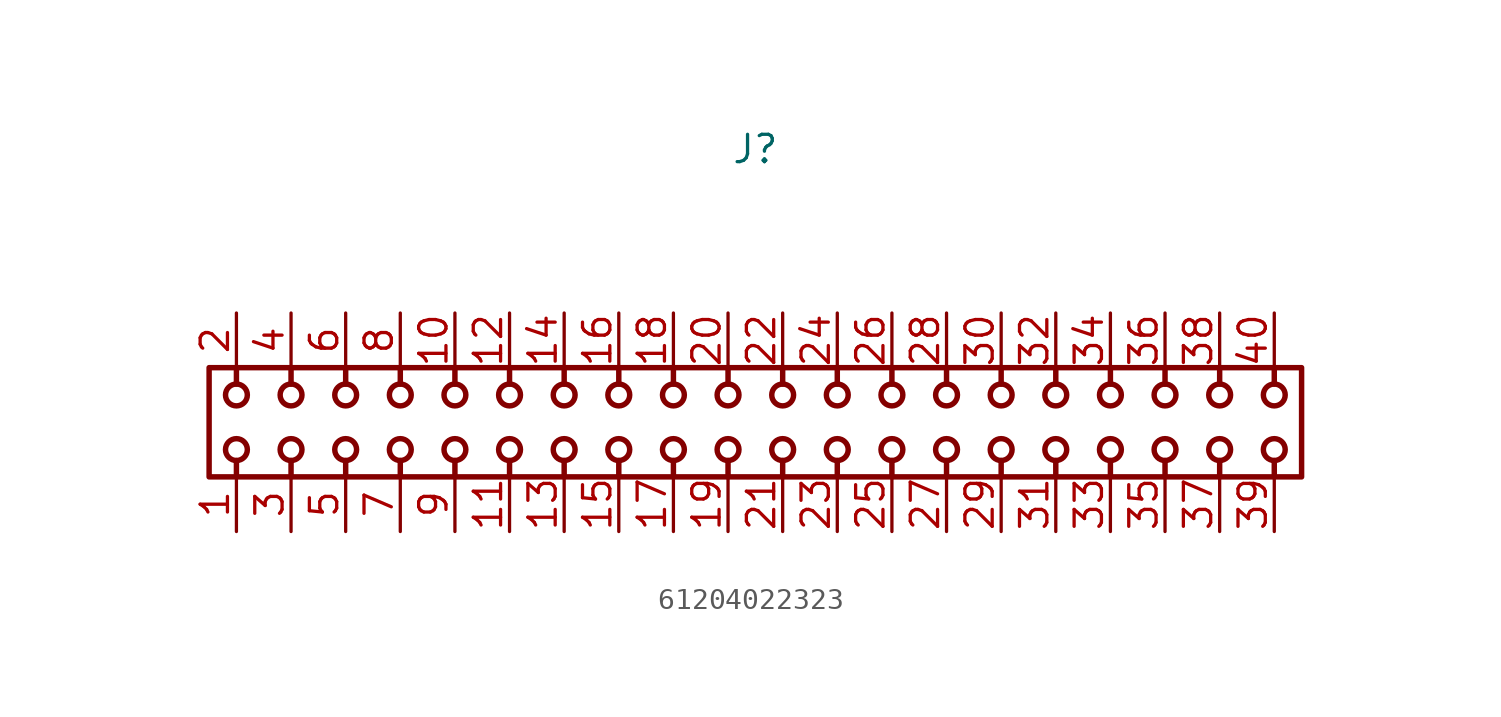
<source format=kicad_sym>
(kicad_symbol_lib
  (version 20241209)
  (generator "kicad_symbol_editor")
  (generator_version "9.0")
  (symbol "61204022323"
    (pin_names
      (hide yes))
    (property "Reference" "J"
      (at 0 12.7 0)
      (effects (font (size 1.27 1.27))))
    (symbol "61204022323_1_1"
      (rectangle (start -25.4 2.54) (end 25.4 -2.54) (stroke (width 0.254) (type solid)) (fill (type none)))
      (polyline (pts (xy -24.13 1.778) (xy -24.13 2.54)) (stroke (width 0.254) (type solid)) (fill (type none)))
      (circle (center -24.13 1.27) (radius 0.508) (stroke (width 0.254) (type solid)) (fill (type none)))
      (circle (center -24.13 -1.27) (radius 0.508) (stroke (width 0.254) (type solid)) (fill (type none)))
      (polyline (pts (xy -24.13 -1.778) (xy -24.13 -2.54)) (stroke (width 0.254) (type solid)) (fill (type none)))
      (polyline (pts (xy -21.59 1.778) (xy -21.59 2.54)) (stroke (width 0.254) (type solid)) (fill (type none)))
      (circle (center -21.59 1.27) (radius 0.508) (stroke (width 0.254) (type solid)) (fill (type none)))
      (circle (center -21.59 -1.27) (radius 0.508) (stroke (width 0.254) (type solid)) (fill (type none)))
      (polyline (pts (xy -21.59 -1.778) (xy -21.59 -2.54)) (stroke (width 0.254) (type solid)) (fill (type none)))
      (polyline (pts (xy -19.05 1.778) (xy -19.05 2.54)) (stroke (width 0.254) (type solid)) (fill (type none)))
      (circle (center -19.05 1.27) (radius 0.508) (stroke (width 0.254) (type solid)) (fill (type none)))
      (circle (center -19.05 -1.27) (radius 0.508) (stroke (width 0.254) (type solid)) (fill (type none)))
      (polyline (pts (xy -19.05 -1.778) (xy -19.05 -2.54)) (stroke (width 0.254) (type solid)) (fill (type none)))
      (polyline (pts (xy -16.51 1.778) (xy -16.51 2.54)) (stroke (width 0.254) (type solid)) (fill (type none)))
      (circle (center -16.51 1.27) (radius 0.508) (stroke (width 0.254) (type solid)) (fill (type none)))
      (circle (center -16.51 -1.27) (radius 0.508) (stroke (width 0.254) (type solid)) (fill (type none)))
      (polyline (pts (xy -16.51 -1.778) (xy -16.51 -2.54)) (stroke (width 0.254) (type solid)) (fill (type none)))
      (polyline (pts (xy -13.97 1.778) (xy -13.97 2.54)) (stroke (width 0.254) (type solid)) (fill (type none)))
      (circle (center -13.97 1.27) (radius 0.508) (stroke (width 0.254) (type solid)) (fill (type none)))
      (circle (center -13.97 -1.27) (radius 0.508) (stroke (width 0.254) (type solid)) (fill (type none)))
      (polyline (pts (xy -13.97 -1.778) (xy -13.97 -2.54)) (stroke (width 0.254) (type solid)) (fill (type none)))
      (polyline (pts (xy -11.43 1.778) (xy -11.43 2.54)) (stroke (width 0.254) (type solid)) (fill (type none)))
      (circle (center -11.43 1.27) (radius 0.508) (stroke (width 0.254) (type solid)) (fill (type none)))
      (circle (center -11.43 -1.27) (radius 0.508) (stroke (width 0.254) (type solid)) (fill (type none)))
      (polyline (pts (xy -11.43 -1.778) (xy -11.43 -2.54)) (stroke (width 0.254) (type solid)) (fill (type none)))
      (polyline (pts (xy -8.89 1.778) (xy -8.89 2.54)) (stroke (width 0.254) (type solid)) (fill (type none)))
      (circle (center -8.89 1.27) (radius 0.508) (stroke (width 0.254) (type solid)) (fill (type none)))
      (circle (center -8.89 -1.27) (radius 0.508) (stroke (width 0.254) (type solid)) (fill (type none)))
      (polyline (pts (xy -8.89 -1.778) (xy -8.89 -2.54)) (stroke (width 0.254) (type solid)) (fill (type none)))
      (polyline (pts (xy -6.35 1.778) (xy -6.35 2.54)) (stroke (width 0.254) (type solid)) (fill (type none)))
      (circle (center -6.35 1.27) (radius 0.508) (stroke (width 0.254) (type solid)) (fill (type none)))
      (circle (center -6.35 -1.27) (radius 0.508) (stroke (width 0.254) (type solid)) (fill (type none)))
      (polyline (pts (xy -6.35 -1.778) (xy -6.35 -2.54)) (stroke (width 0.254) (type solid)) (fill (type none)))
      (polyline (pts (xy -3.81 1.778) (xy -3.81 2.54)) (stroke (width 0.254) (type solid)) (fill (type none)))
      (circle (center -3.81 1.27) (radius 0.508) (stroke (width 0.254) (type solid)) (fill (type none)))
      (circle (center -3.81 -1.27) (radius 0.508) (stroke (width 0.254) (type solid)) (fill (type none)))
      (polyline (pts (xy -3.81 -1.778) (xy -3.81 -2.54)) (stroke (width 0.254) (type solid)) (fill (type none)))
      (polyline (pts (xy -1.27 1.778) (xy -1.27 2.54)) (stroke (width 0.254) (type solid)) (fill (type none)))
      (circle (center -1.27 1.27) (radius 0.508) (stroke (width 0.254) (type solid)) (fill (type none)))
      (circle (center -1.27 -1.27) (radius 0.508) (stroke (width 0.254) (type solid)) (fill (type none)))
      (polyline (pts (xy -1.27 -1.778) (xy -1.27 -2.54)) (stroke (width 0.254) (type solid)) (fill (type none)))
      (polyline (pts (xy 1.27 1.778) (xy 1.27 2.54)) (stroke (width 0.254) (type solid)) (fill (type none)))
      (circle (center 1.27 1.27) (radius 0.508) (stroke (width 0.254) (type solid)) (fill (type none)))
      (circle (center 1.27 -1.27) (radius 0.508) (stroke (width 0.254) (type solid)) (fill (type none)))
      (polyline (pts (xy 1.27 -1.778) (xy 1.27 -2.54)) (stroke (width 0.254) (type solid)) (fill (type none)))
      (polyline (pts (xy 3.81 1.778) (xy 3.81 2.54)) (stroke (width 0.254) (type solid)) (fill (type none)))
      (circle (center 3.81 1.27) (radius 0.508) (stroke (width 0.254) (type solid)) (fill (type none)))
      (circle (center 3.81 -1.27) (radius 0.508) (stroke (width 0.254) (type solid)) (fill (type none)))
      (polyline (pts (xy 3.81 -1.778) (xy 3.81 -2.54)) (stroke (width 0.254) (type solid)) (fill (type none)))
      (polyline (pts (xy 6.35 1.778) (xy 6.35 2.54)) (stroke (width 0.254) (type solid)) (fill (type none)))
      (circle (center 6.35 1.27) (radius 0.508) (stroke (width 0.254) (type solid)) (fill (type none)))
      (circle (center 6.35 -1.27) (radius 0.508) (stroke (width 0.254) (type solid)) (fill (type none)))
      (polyline (pts (xy 6.35 -1.778) (xy 6.35 -2.54)) (stroke (width 0.254) (type solid)) (fill (type none)))
      (polyline (pts (xy 8.89 1.778) (xy 8.89 2.54)) (stroke (width 0.254) (type solid)) (fill (type none)))
      (circle (center 8.89 1.27) (radius 0.508) (stroke (width 0.254) (type solid)) (fill (type none)))
      (circle (center 8.89 -1.27) (radius 0.508) (stroke (width 0.254) (type solid)) (fill (type none)))
      (polyline (pts (xy 8.89 -1.778) (xy 8.89 -2.54)) (stroke (width 0.254) (type solid)) (fill (type none)))
      (polyline (pts (xy 11.43 1.778) (xy 11.43 2.54)) (stroke (width 0.254) (type solid)) (fill (type none)))
      (circle (center 11.43 1.27) (radius 0.508) (stroke (width 0.254) (type solid)) (fill (type none)))
      (circle (center 11.43 -1.27) (radius 0.508) (stroke (width 0.254) (type solid)) (fill (type none)))
      (polyline (pts (xy 11.43 -1.778) (xy 11.43 -2.54)) (stroke (width 0.254) (type solid)) (fill (type none)))
      (polyline (pts (xy 13.97 1.778) (xy 13.97 2.54)) (stroke (width 0.254) (type solid)) (fill (type none)))
      (circle (center 13.97 1.27) (radius 0.508) (stroke (width 0.254) (type solid)) (fill (type none)))
      (circle (center 13.97 -1.27) (radius 0.508) (stroke (width 0.254) (type solid)) (fill (type none)))
      (polyline (pts (xy 13.97 -1.778) (xy 13.97 -2.54)) (stroke (width 0.254) (type solid)) (fill (type none)))
      (polyline (pts (xy 16.51 1.778) (xy 16.51 2.54)) (stroke (width 0.254) (type solid)) (fill (type none)))
      (circle (center 16.51 1.27) (radius 0.508) (stroke (width 0.254) (type solid)) (fill (type none)))
      (circle (center 16.51 -1.27) (radius 0.508) (stroke (width 0.254) (type solid)) (fill (type none)))
      (polyline (pts (xy 16.51 -1.778) (xy 16.51 -2.54)) (stroke (width 0.254) (type solid)) (fill (type none)))
      (polyline (pts (xy 19.05 1.778) (xy 19.05 2.54)) (stroke (width 0.254) (type solid)) (fill (type none)))
      (circle (center 19.05 1.27) (radius 0.508) (stroke (width 0.254) (type solid)) (fill (type none)))
      (circle (center 19.05 -1.27) (radius 0.508) (stroke (width 0.254) (type solid)) (fill (type none)))
      (polyline (pts (xy 19.05 -1.778) (xy 19.05 -2.54)) (stroke (width 0.254) (type solid)) (fill (type none)))
      (polyline (pts (xy 21.59 1.778) (xy 21.59 2.54)) (stroke (width 0.254) (type solid)) (fill (type none)))
      (circle (center 21.59 1.27) (radius 0.508) (stroke (width 0.254) (type solid)) (fill (type none)))
      (circle (center 21.59 -1.27) (radius 0.508) (stroke (width 0.254) (type solid)) (fill (type none)))
      (polyline (pts (xy 21.59 -1.778) (xy 21.59 -2.54)) (stroke (width 0.254) (type solid)) (fill (type none)))
      (polyline (pts (xy 24.13 1.778) (xy 24.13 2.54)) (stroke (width 0.254) (type solid)) (fill (type none)))
      (circle (center 24.13 1.27) (radius 0.508) (stroke (width 0.254) (type solid)) (fill (type none)))
      (circle (center 24.13 -1.27) (radius 0.508) (stroke (width 0.254) (type solid)) (fill (type none)))
      (polyline (pts (xy 24.13 -1.778) (xy 24.13 -2.54)) (stroke (width 0.254) (type solid)) (fill (type none)))
      (pin passive line (at -24.13 5.08 270) (length 2.54) (name "2" (effects (font (size 1.27 1.27)))) (number "2" (effects (font (size 1.27 1.27)))))
      (pin passive line (at -24.13 -5.08 90) (length 2.54) (name "1" (effects (font (size 1.27 1.27)))) (number "1" (effects (font (size 1.27 1.27)))))
      (pin passive line (at -21.59 5.08 270) (length 2.54) (name "4" (effects (font (size 1.27 1.27)))) (number "4" (effects (font (size 1.27 1.27)))))
      (pin passive line (at -21.59 -5.08 90) (length 2.54) (name "3" (effects (font (size 1.27 1.27)))) (number "3" (effects (font (size 1.27 1.27)))))
      (pin passive line (at -19.05 5.08 270) (length 2.54) (name "6" (effects (font (size 1.27 1.27)))) (number "6" (effects (font (size 1.27 1.27)))))
      (pin passive line (at -19.05 -5.08 90) (length 2.54) (name "5" (effects (font (size 1.27 1.27)))) (number "5" (effects (font (size 1.27 1.27)))))
      (pin passive line (at -16.51 5.08 270) (length 2.54) (name "8" (effects (font (size 1.27 1.27)))) (number "8" (effects (font (size 1.27 1.27)))))
      (pin passive line (at -16.51 -5.08 90) (length 2.54) (name "7" (effects (font (size 1.27 1.27)))) (number "7" (effects (font (size 1.27 1.27)))))
      (pin passive line (at -13.97 5.08 270) (length 2.54) (name "10" (effects (font (size 1.27 1.27)))) (number "10" (effects (font (size 1.27 1.27)))))
      (pin passive line (at -13.97 -5.08 90) (length 2.54) (name "9" (effects (font (size 1.27 1.27)))) (number "9" (effects (font (size 1.27 1.27)))))
      (pin passive line (at -11.43 5.08 270) (length 2.54) (name "12" (effects (font (size 1.27 1.27)))) (number "12" (effects (font (size 1.27 1.27)))))
      (pin passive line (at -11.43 -5.08 90) (length 2.54) (name "11" (effects (font (size 1.27 1.27)))) (number "11" (effects (font (size 1.27 1.27)))))
      (pin passive line (at -8.89 5.08 270) (length 2.54) (name "14" (effects (font (size 1.27 1.27)))) (number "14" (effects (font (size 1.27 1.27)))))
      (pin passive line (at -8.89 -5.08 90) (length 2.54) (name "13" (effects (font (size 1.27 1.27)))) (number "13" (effects (font (size 1.27 1.27)))))
      (pin passive line (at -6.35 5.08 270) (length 2.54) (name "16" (effects (font (size 1.27 1.27)))) (number "16" (effects (font (size 1.27 1.27)))))
      (pin passive line (at -6.35 -5.08 90) (length 2.54) (name "15" (effects (font (size 1.27 1.27)))) (number "15" (effects (font (size 1.27 1.27)))))
      (pin passive line (at -3.81 5.08 270) (length 2.54) (name "18" (effects (font (size 1.27 1.27)))) (number "18" (effects (font (size 1.27 1.27)))))
      (pin passive line (at -3.81 -5.08 90) (length 2.54) (name "17" (effects (font (size 1.27 1.27)))) (number "17" (effects (font (size 1.27 1.27)))))
      (pin passive line (at -1.27 5.08 270) (length 2.54) (name "20" (effects (font (size 1.27 1.27)))) (number "20" (effects (font (size 1.27 1.27)))))
      (pin passive line (at -1.27 -5.08 90) (length 2.54) (name "19" (effects (font (size 1.27 1.27)))) (number "19" (effects (font (size 1.27 1.27)))))
      (pin passive line (at 1.27 5.08 270) (length 2.54) (name "22" (effects (font (size 1.27 1.27)))) (number "22" (effects (font (size 1.27 1.27)))))
      (pin passive line (at 1.27 -5.08 90) (length 2.54) (name "21" (effects (font (size 1.27 1.27)))) (number "21" (effects (font (size 1.27 1.27)))))
      (pin passive line (at 3.81 5.08 270) (length 2.54) (name "24" (effects (font (size 1.27 1.27)))) (number "24" (effects (font (size 1.27 1.27)))))
      (pin passive line (at 3.81 -5.08 90) (length 2.54) (name "23" (effects (font (size 1.27 1.27)))) (number "23" (effects (font (size 1.27 1.27)))))
      (pin passive line (at 6.35 5.08 270) (length 2.54) (name "26" (effects (font (size 1.27 1.27)))) (number "26" (effects (font (size 1.27 1.27)))))
      (pin passive line (at 6.35 -5.08 90) (length 2.54) (name "25" (effects (font (size 1.27 1.27)))) (number "25" (effects (font (size 1.27 1.27)))))
      (pin passive line (at 8.89 5.08 270) (length 2.54) (name "28" (effects (font (size 1.27 1.27)))) (number "28" (effects (font (size 1.27 1.27)))))
      (pin passive line (at 8.89 -5.08 90) (length 2.54) (name "27" (effects (font (size 1.27 1.27)))) (number "27" (effects (font (size 1.27 1.27)))))
      (pin passive line (at 11.43 5.08 270) (length 2.54) (name "30" (effects (font (size 1.27 1.27)))) (number "30" (effects (font (size 1.27 1.27)))))
      (pin passive line (at 11.43 -5.08 90) (length 2.54) (name "29" (effects (font (size 1.27 1.27)))) (number "29" (effects (font (size 1.27 1.27)))))
      (pin passive line (at 13.97 5.08 270) (length 2.54) (name "32" (effects (font (size 1.27 1.27)))) (number "32" (effects (font (size 1.27 1.27)))))
      (pin passive line (at 13.97 -5.08 90) (length 2.54) (name "31" (effects (font (size 1.27 1.27)))) (number "31" (effects (font (size 1.27 1.27)))))
      (pin passive line (at 16.51 5.08 270) (length 2.54) (name "34" (effects (font (size 1.27 1.27)))) (number "34" (effects (font (size 1.27 1.27)))))
      (pin passive line (at 16.51 -5.08 90) (length 2.54) (name "33" (effects (font (size 1.27 1.27)))) (number "33" (effects (font (size 1.27 1.27)))))
      (pin passive line (at 19.05 5.08 270) (length 2.54) (name "36" (effects (font (size 1.27 1.27)))) (number "36" (effects (font (size 1.27 1.27)))))
      (pin passive line (at 19.05 -5.08 90) (length 2.54) (name "35" (effects (font (size 1.27 1.27)))) (number "35" (effects (font (size 1.27 1.27)))))
      (pin passive line (at 21.59 5.08 270) (length 2.54) (name "38" (effects (font (size 1.27 1.27)))) (number "38" (effects (font (size 1.27 1.27)))))
      (pin passive line (at 21.59 -5.08 90) (length 2.54) (name "37" (effects (font (size 1.27 1.27)))) (number "37" (effects (font (size 1.27 1.27)))))
      (pin passive line (at 24.13 5.08 270) (length 2.54) (name "40" (effects (font (size 1.27 1.27)))) (number "40" (effects (font (size 1.27 1.27)))))
      (pin passive line (at 24.13 -5.08 90) (length 2.54) (name "39" (effects (font (size 1.27 1.27)))) (number "39" (effects (font (size 1.27 1.27))))))))
</source>
